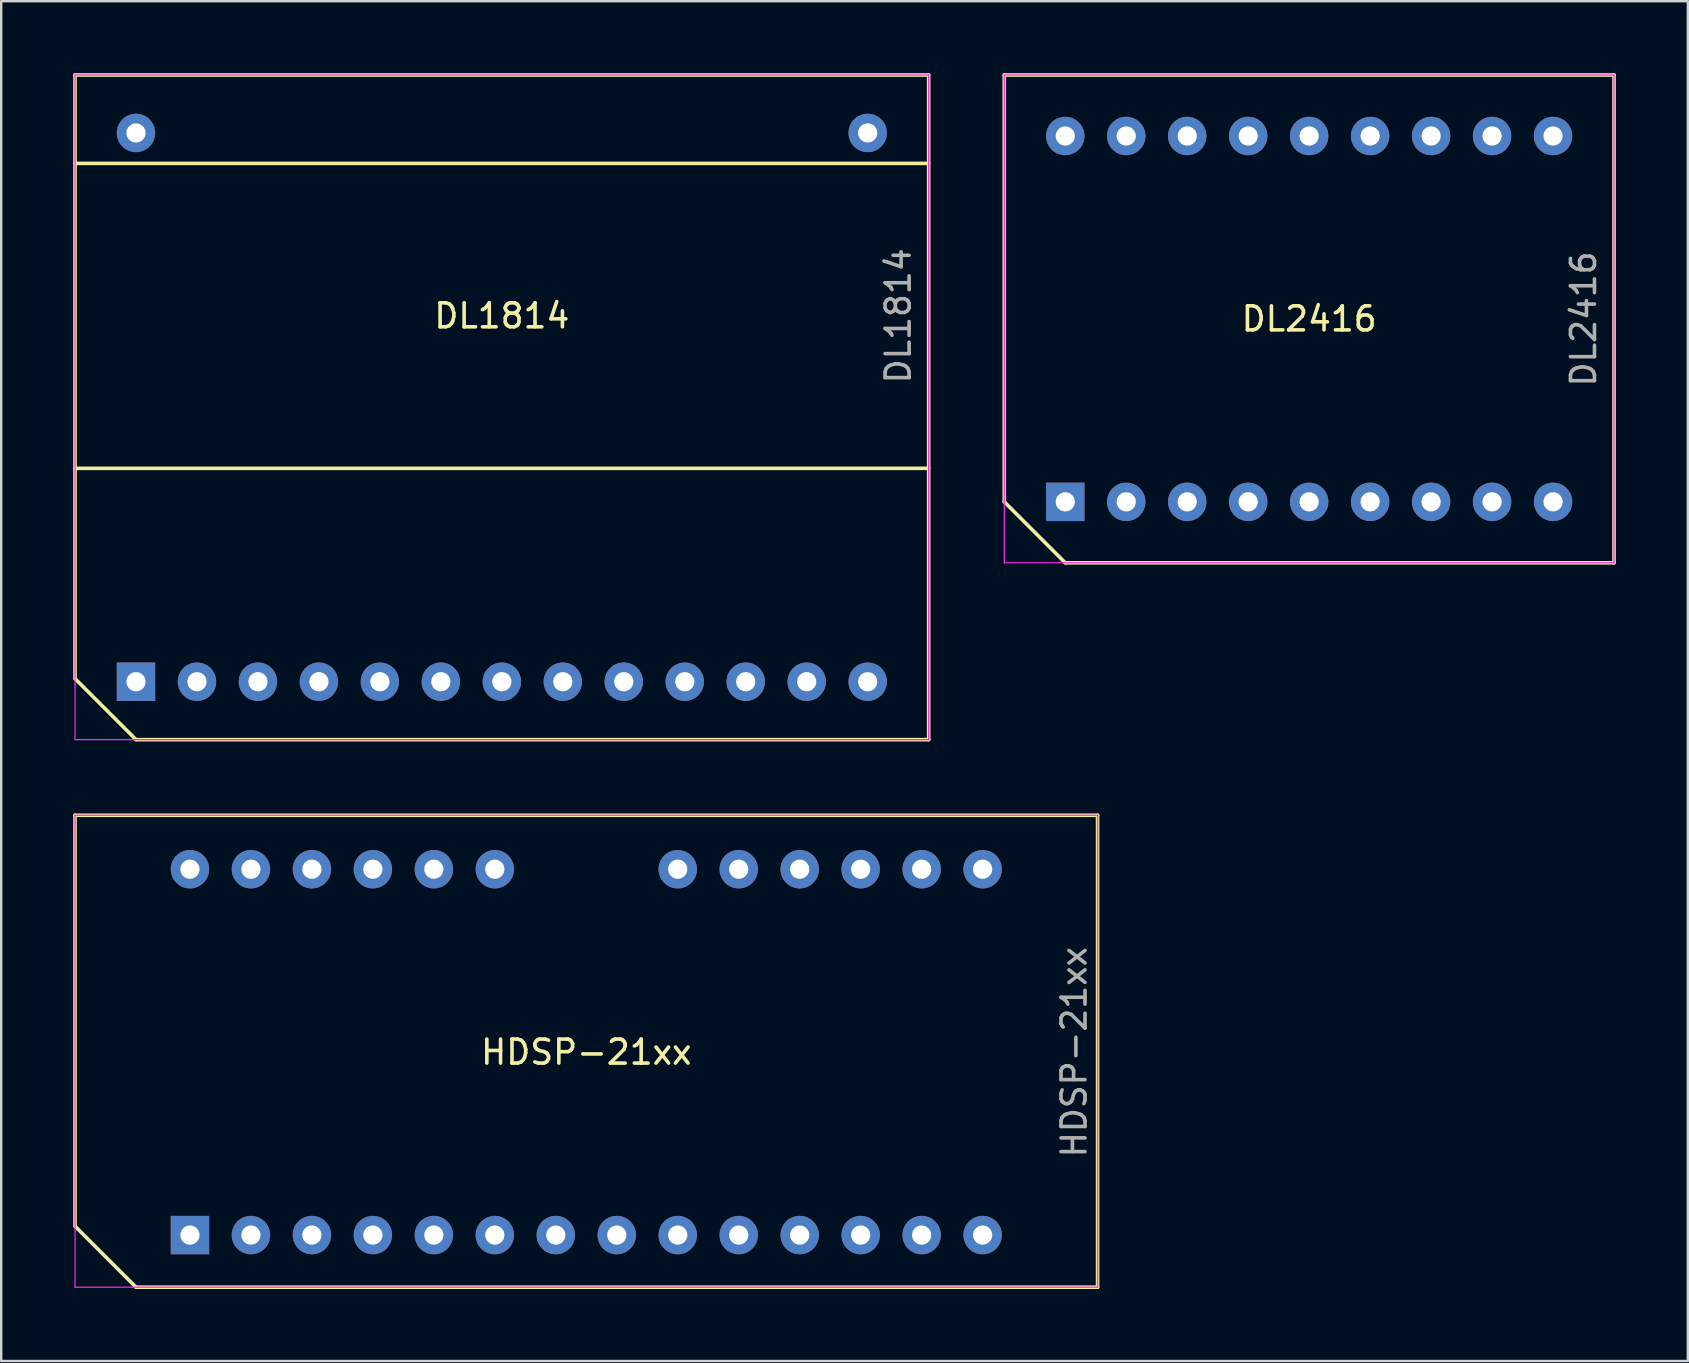
<source format=kicad_pcb>
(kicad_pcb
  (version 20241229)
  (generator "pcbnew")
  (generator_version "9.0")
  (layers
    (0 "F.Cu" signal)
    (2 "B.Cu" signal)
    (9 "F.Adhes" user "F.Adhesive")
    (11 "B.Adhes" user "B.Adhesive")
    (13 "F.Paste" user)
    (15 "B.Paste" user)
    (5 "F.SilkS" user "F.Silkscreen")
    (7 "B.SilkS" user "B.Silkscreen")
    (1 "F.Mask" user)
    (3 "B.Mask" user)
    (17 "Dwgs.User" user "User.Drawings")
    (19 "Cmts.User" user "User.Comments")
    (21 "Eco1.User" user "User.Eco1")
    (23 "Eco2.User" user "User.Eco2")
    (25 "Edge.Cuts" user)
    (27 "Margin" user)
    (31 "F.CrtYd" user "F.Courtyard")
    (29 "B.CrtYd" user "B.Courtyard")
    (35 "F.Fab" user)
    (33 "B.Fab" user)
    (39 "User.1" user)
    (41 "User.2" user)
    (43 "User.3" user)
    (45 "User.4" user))
  (footprint "HDSP-21xx"
    (layer "F.Cu")
    (at 4.863 48.399)
    (property "Reference" "HDSP-21xx" (at 16.51 -7.62 0) (layer "F.SilkS") (effects (font (size 1 1) (thickness 0.15))))
    (attr through_hole)
    (fp_line (start -4.788 -17.488) (end -4.788 -0.368) (stroke (width 0.15) (type solid)) (layer "F.SilkS"))
    (fp_line (start -4.788 -17.488) (end 37.808 -17.488) (stroke (width 0.15) (type solid)) (layer "F.SilkS"))
    (fp_line (start -4.788 -0.368) (end -2.248 2.172) (stroke (width 0.15) (type solid)) (layer "F.SilkS"))
    (fp_line (start -2.248 2.172) (end 37.808 2.172) (stroke (width 0.15) (type solid)) (layer "F.SilkS"))
    (fp_line (start 37.808 -17.488) (end 37.808 2.172) (stroke (width 0.15) (type solid)) (layer "F.SilkS"))
    (fp_line (start -4.788 -17.488) (end -4.788 2.172) (stroke (width 0.051) (type solid)) (layer "F.CrtYd"))
    (fp_line (start -4.788 -17.488) (end 37.808 -17.488) (stroke (width 0.051) (type solid)) (layer "F.CrtYd"))
    (fp_line (start -4.788 2.172) (end 37.808 2.172) (stroke (width 0.051) (type solid)) (layer "F.CrtYd"))
    (fp_line (start 37.808 -17.488) (end 37.808 2.172) (stroke (width 0.051) (type solid)) (layer "F.CrtYd"))
    (fp_text user "${REFERENCE}" (at 36.83 -7.62 90) (layer "F.Fab") (effects (font (size 1 1) (thickness 0.15))))
    (pad "1" thru_hole rect (at 0 0 90) (size 1.6 1.6) (drill 0.8) (layers "*.Cu" "*.Mask"))
    (pad "2" thru_hole oval (at 2.54 0 90) (size 1.6 1.6) (drill 0.8) (layers "*.Cu" "*.Mask"))
    (pad "3" thru_hole oval (at 5.08 0 90) (size 1.6 1.6) (drill 0.8) (layers "*.Cu" "*.Mask"))
    (pad "4" thru_hole oval (at 7.62 0 90) (size 1.6 1.6) (drill 0.8) (layers "*.Cu" "*.Mask"))
    (pad "5" thru_hole oval (at 10.16 0 90) (size 1.6 1.6) (drill 0.8) (layers "*.Cu" "*.Mask"))
    (pad "6" thru_hole oval (at 12.7 0 90) (size 1.6 1.6) (drill 0.8) (layers "*.Cu" "*.Mask"))
    (pad "7" thru_hole oval (at 15.24 0 90) (size 1.6 1.6) (drill 0.8) (layers "*.Cu" "*.Mask"))
    (pad "8" thru_hole oval (at 17.78 0 90) (size 1.6 1.6) (drill 0.8) (layers "*.Cu" "*.Mask"))
    (pad "9" thru_hole oval (at 20.32 0 90) (size 1.6 1.6) (drill 0.8) (layers "*.Cu" "*.Mask"))
    (pad "10" thru_hole oval (at 22.86 0 90) (size 1.6 1.6) (drill 0.8) (layers "*.Cu" "*.Mask"))
    (pad "11" thru_hole oval (at 25.4 0 90) (size 1.6 1.6) (drill 0.8) (layers "*.Cu" "*.Mask"))
    (pad "12" thru_hole oval (at 27.94 0 90) (size 1.6 1.6) (drill 0.8) (layers "*.Cu" "*.Mask"))
    (pad "13" thru_hole oval (at 30.48 0 90) (size 1.6 1.6) (drill 0.8) (layers "*.Cu" "*.Mask"))
    (pad "14" thru_hole oval (at 33.02 0 90) (size 1.6 1.6) (drill 0.8) (layers "*.Cu" "*.Mask"))
    (pad "15" thru_hole oval (at 33.02 -15.24 90) (size 1.6 1.6) (drill 0.8) (layers "*.Cu" "*.Mask"))
    (pad "16" thru_hole oval (at 30.48 -15.24 90) (size 1.6 1.6) (drill 0.8) (layers "*.Cu" "*.Mask"))
    (pad "17" thru_hole oval (at 27.94 -15.24 90) (size 1.6 1.6) (drill 0.8) (layers "*.Cu" "*.Mask"))
    (pad "18" thru_hole oval (at 25.4 -15.24 90) (size 1.6 1.6) (drill 0.8) (layers "*.Cu" "*.Mask"))
    (pad "19" thru_hole oval (at 22.86 -15.24 90) (size 1.6 1.6) (drill 0.8) (layers "*.Cu" "*.Mask"))
    (pad "20" thru_hole oval (at 20.32 -15.24 90) (size 1.6 1.6) (drill 0.8) (layers "*.Cu" "*.Mask"))
    (pad "23" thru_hole oval (at 12.7 -15.24 90) (size 1.6 1.6) (drill 0.8) (layers "*.Cu" "*.Mask"))
    (pad "24" thru_hole oval (at 10.16 -15.24 90) (size 1.6 1.6) (drill 0.8) (layers "*.Cu" "*.Mask"))
    (pad "25" thru_hole oval (at 7.62 -15.24 90) (size 1.6 1.6) (drill 0.8) (layers "*.Cu" "*.Mask"))
    (pad "26" thru_hole oval (at 5.08 -15.24 90) (size 1.6 1.6) (drill 0.8) (layers "*.Cu" "*.Mask"))
    (pad "27" thru_hole oval (at 2.54 -15.24 90) (size 1.6 1.6) (drill 0.8) (layers "*.Cu" "*.Mask"))
    (pad "28" thru_hole oval (at 0 -15.24 90) (size 1.6 1.6) (drill 0.8) (layers "*.Cu" "*.Mask")))
  (footprint "DL2416"
    (layer "F.Cu")
    (at 41.325 17.855)
    (property "Reference" "DL2416" (at 10.16 -7.62 180) (layer "F.SilkS") (effects (font (size 1 1) (thickness 0.15))))
    (attr through_hole)
    (fp_line (start -2.54 -17.78) (end 22.86 -17.78) (stroke (width 0.15) (type solid)) (layer "F.SilkS"))
    (fp_line (start -2.54 0) (end -2.54 -17.78) (stroke (width 0.15) (type solid)) (layer "F.SilkS"))
    (fp_line (start 0 2.54) (end -2.54 0) (stroke (width 0.15) (type solid)) (layer "F.SilkS"))
    (fp_line (start 22.86 -17.78) (end 22.86 2.54) (stroke (width 0.15) (type solid)) (layer "F.SilkS"))
    (fp_line (start 22.86 2.54) (end 0 2.54) (stroke (width 0.15) (type solid)) (layer "F.SilkS"))
    (fp_line (start -2.54 -17.78) (end -2.54 2.54) (stroke (width 0.051) (type solid)) (layer "F.CrtYd"))
    (fp_line (start -2.54 -17.78) (end 22.86 -17.78) (stroke (width 0.051) (type solid)) (layer "F.CrtYd"))
    (fp_line (start -2.54 2.54) (end 22.86 2.54) (stroke (width 0.051) (type solid)) (layer "F.CrtYd"))
    (fp_line (start 22.86 -17.78) (end 22.86 2.54) (stroke (width 0.051) (type solid)) (layer "F.CrtYd"))
    (fp_text user "${REFERENCE}" (at 21.59 -7.62 90) (layer "F.Fab") (effects (font (size 1 1) (thickness 0.15))))
    (pad "1" thru_hole rect (at 0 0 90) (size 1.6 1.6) (drill 0.8) (layers "*.Cu" "*.Mask"))
    (pad "2" thru_hole oval (at 2.54 0 90) (size 1.6 1.6) (drill 0.8) (layers "*.Cu" "*.Mask"))
    (pad "3" thru_hole oval (at 5.08 0 90) (size 1.6 1.6) (drill 0.8) (layers "*.Cu" "*.Mask"))
    (pad "4" thru_hole oval (at 7.62 0 90) (size 1.6 1.6) (drill 0.8) (layers "*.Cu" "*.Mask"))
    (pad "5" thru_hole oval (at 10.16 0 90) (size 1.6 1.6) (drill 0.8) (layers "*.Cu" "*.Mask"))
    (pad "6" thru_hole oval (at 12.7 0 90) (size 1.6 1.6) (drill 0.8) (layers "*.Cu" "*.Mask"))
    (pad "7" thru_hole oval (at 15.24 0 90) (size 1.6 1.6) (drill 0.8) (layers "*.Cu" "*.Mask"))
    (pad "8" thru_hole oval (at 17.78 0 90) (size 1.6 1.6) (drill 0.8) (layers "*.Cu" "*.Mask"))
    (pad "9" thru_hole oval (at 20.32 0 90) (size 1.6 1.6) (drill 0.8) (layers "*.Cu" "*.Mask"))
    (pad "10" thru_hole oval (at 20.32 -15.24 90) (size 1.6 1.6) (drill 0.8) (layers "*.Cu" "*.Mask"))
    (pad "11" thru_hole oval (at 17.78 -15.24 90) (size 1.6 1.6) (drill 0.8) (layers "*.Cu" "*.Mask"))
    (pad "12" thru_hole oval (at 15.24 -15.24 90) (size 1.6 1.6) (drill 0.8) (layers "*.Cu" "*.Mask"))
    (pad "13" thru_hole oval (at 12.7 -15.24 90) (size 1.6 1.6) (drill 0.8) (layers "*.Cu" "*.Mask"))
    (pad "14" thru_hole oval (at 10.16 -15.24 90) (size 1.6 1.6) (drill 0.8) (layers "*.Cu" "*.Mask"))
    (pad "15" thru_hole oval (at 7.62 -15.24 90) (size 1.6 1.6) (drill 0.8) (layers "*.Cu" "*.Mask"))
    (pad "16" thru_hole oval (at 5.08 -15.24 90) (size 1.6 1.6) (drill 0.8) (layers "*.Cu" "*.Mask"))
    (pad "17" thru_hole oval (at 2.54 -15.24 90) (size 1.6 1.6) (drill 0.8) (layers "*.Cu" "*.Mask"))
    (pad "18" thru_hole oval (at 0 -15.24 90) (size 1.6 1.6) (drill 0.8) (layers "*.Cu" "*.Mask")))
  (footprint "DL1814"
    (layer "F.Cu")
    (at 2.615 25.348)
    (property "Reference" "DL1814" (at 15.24 -15.24 180) (layer "F.SilkS") (effects (font (size 1 1) (thickness 0.15))))
    (attr through_hole)
    (fp_line (start -2.54 -25.273) (end -2.54 -0.127) (stroke (width 0.15) (type solid)) (layer "F.SilkS"))
    (fp_line (start -2.54 -25.273) (end 33.02 -25.273) (stroke (width 0.15) (type solid)) (layer "F.SilkS"))
    (fp_line (start -2.54 -21.59) (end 33.02 -21.59) (stroke (width 0.15) (type solid)) (layer "F.SilkS"))
    (fp_line (start -2.54 -8.89) (end 33.02 -8.89) (stroke (width 0.15) (type solid)) (layer "F.SilkS"))
    (fp_line (start 0 2.413) (end -2.54 -0.127) (stroke (width 0.15) (type solid)) (layer "F.SilkS"))
    (fp_line (start 0 2.413) (end 33.02 2.413) (stroke (width 0.15) (type solid)) (layer "F.SilkS"))
    (fp_line (start 33.02 -25.273) (end 33.02 2.413) (stroke (width 0.15) (type solid)) (layer "F.SilkS"))
    (fp_line (start -2.54 -25.273) (end -2.54 2.413) (stroke (width 0.051) (type solid)) (layer "F.CrtYd"))
    (fp_line (start -2.54 -25.273) (end 33.02 -25.273) (stroke (width 0.051) (type solid)) (layer "F.CrtYd"))
    (fp_line (start -2.54 2.413) (end 33.02 2.413) (stroke (width 0.051) (type solid)) (layer "F.CrtYd"))
    (fp_line (start 33.02 -25.273) (end 33.02 2.413) (stroke (width 0.051) (type solid)) (layer "F.CrtYd"))
    (fp_text user "${REFERENCE}" (at 31.75 -15.24 90) (layer "F.Fab") (effects (font (size 1 1) (thickness 0.15))))
    (pad "1" thru_hole rect (at 0 0 90) (size 1.6 1.6) (drill 0.8) (layers "*.Cu" "*.Mask"))
    (pad "2" thru_hole oval (at 2.54 0 90) (size 1.6 1.6) (drill 0.8) (layers "*.Cu" "*.Mask"))
    (pad "3" thru_hole oval (at 5.08 0 90) (size 1.6 1.6) (drill 0.8) (layers "*.Cu" "*.Mask"))
    (pad "4" thru_hole oval (at 7.62 0 90) (size 1.6 1.6) (drill 0.8) (layers "*.Cu" "*.Mask"))
    (pad "5" thru_hole oval (at 10.16 0 90) (size 1.6 1.6) (drill 0.8) (layers "*.Cu" "*.Mask"))
    (pad "6" thru_hole oval (at 12.7 0 90) (size 1.6 1.6) (drill 0.8) (layers "*.Cu" "*.Mask"))
    (pad "7" thru_hole oval (at 15.24 0 90) (size 1.6 1.6) (drill 0.8) (layers "*.Cu" "*.Mask"))
    (pad "8" thru_hole oval (at 17.78 0 90) (size 1.6 1.6) (drill 0.8) (layers "*.Cu" "*.Mask"))
    (pad "9" thru_hole oval (at 20.32 0 90) (size 1.6 1.6) (drill 0.8) (layers "*.Cu" "*.Mask"))
    (pad "10" thru_hole oval (at 22.86 0 90) (size 1.6 1.6) (drill 0.8) (layers "*.Cu" "*.Mask"))
    (pad "11" thru_hole oval (at 25.4 0 90) (size 1.6 1.6) (drill 0.8) (layers "*.Cu" "*.Mask"))
    (pad "12" thru_hole oval (at 27.94 0 90) (size 1.6 1.6) (drill 0.8) (layers "*.Cu" "*.Mask"))
    (pad "13" thru_hole oval (at 30.48 0 90) (size 1.6 1.6) (drill 0.8) (layers "*.Cu" "*.Mask"))
    (pad "14" thru_hole oval (at 30.48 -22.86 90) (size 1.6 1.6) (drill 0.8) (layers "*.Cu" "*.Mask"))
    (pad "26" thru_hole oval (at 0 -22.86 90) (size 1.6 1.6) (drill 0.8) (layers "*.Cu" "*.Mask")))
  (gr_rect
    (start -3 -3)
    (end 67.26 53.646)
    (stroke (width 0.1) (type default))
    (fill no)
    (layer "Edge.Cuts")))
</source>
